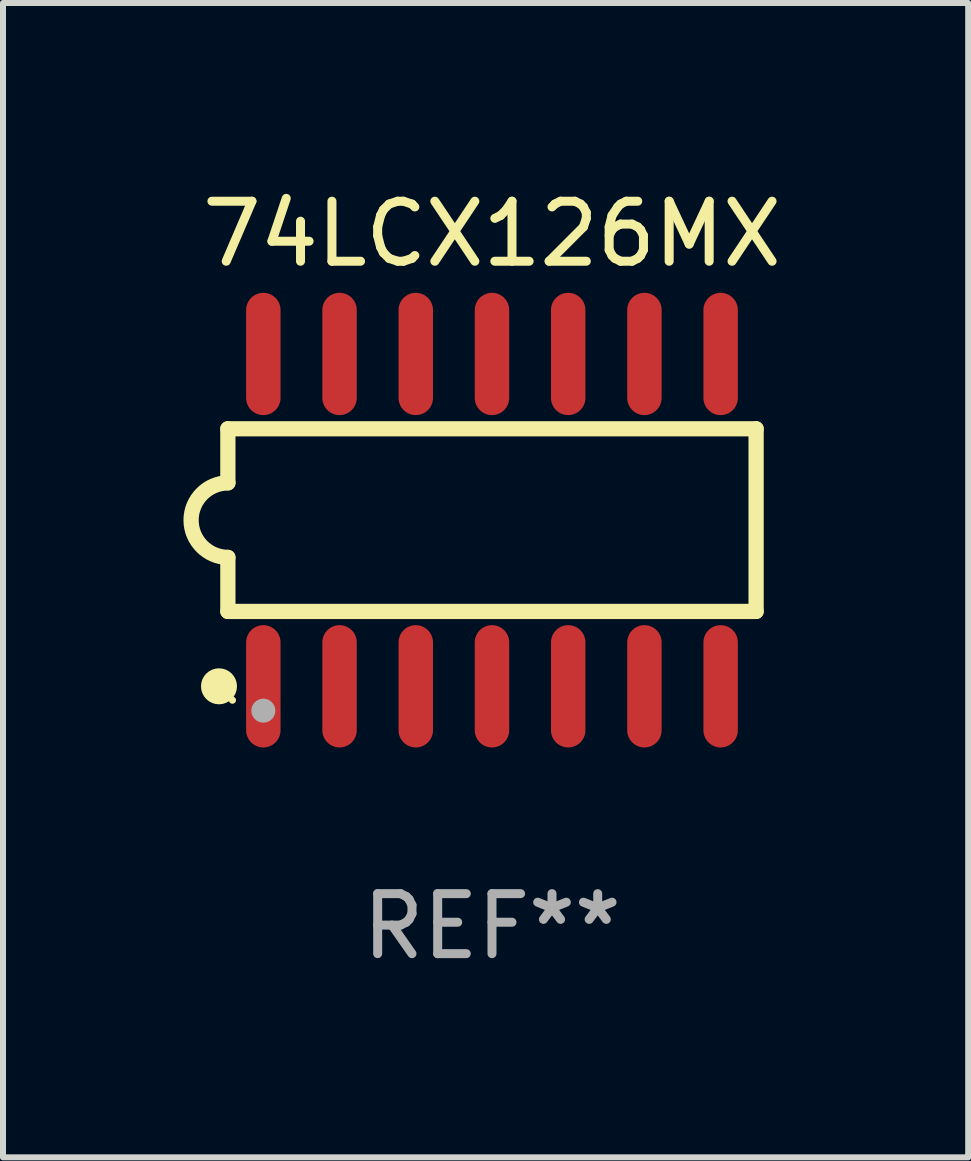
<source format=kicad_pcb>
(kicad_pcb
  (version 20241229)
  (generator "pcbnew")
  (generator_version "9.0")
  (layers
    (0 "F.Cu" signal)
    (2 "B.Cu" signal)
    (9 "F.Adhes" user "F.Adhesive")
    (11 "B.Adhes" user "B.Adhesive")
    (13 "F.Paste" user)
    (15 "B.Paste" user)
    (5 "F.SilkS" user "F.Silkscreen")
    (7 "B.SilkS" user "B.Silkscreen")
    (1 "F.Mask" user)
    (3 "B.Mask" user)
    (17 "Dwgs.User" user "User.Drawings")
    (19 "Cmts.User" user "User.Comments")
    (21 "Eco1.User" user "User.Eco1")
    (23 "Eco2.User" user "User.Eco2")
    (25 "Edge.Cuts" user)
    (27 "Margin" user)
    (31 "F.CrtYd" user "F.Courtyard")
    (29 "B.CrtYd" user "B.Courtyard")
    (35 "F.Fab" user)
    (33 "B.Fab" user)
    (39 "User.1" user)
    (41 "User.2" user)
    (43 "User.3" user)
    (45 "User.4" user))
  (footprint "74LCX126MX"
    (layer "F.Cu")
    (at 5.148 5.617)
    (property "Reference" "74LCX126MX" (at 0 -4.769 0) (layer "F.SilkS") (effects (font (size 1 1) (thickness 0.15))))
    (attr through_hole)
    (fp_line (start -4.401 -1.522) (end -4.401 -0.622) (stroke (width 0.254) (type solid)) (layer "F.SilkS"))
    (fp_line (start -4.401 -1.522) (end 4.401 -1.522) (stroke (width 0.254) (type solid)) (layer "F.SilkS"))
    (fp_line (start -4.401 1.521) (end -4.401 0.621) (stroke (width 0.254) (type solid)) (layer "F.SilkS"))
    (fp_line (start 4.401 -1.522) (end 4.401 1.521) (stroke (width 0.254) (type solid)) (layer "F.SilkS"))
    (fp_line (start 4.401 1.521) (end -4.401 1.521) (stroke (width 0.254) (type solid)) (layer "F.SilkS"))
    (fp_arc (start -4.401219 0.621311) (mid -5.021261 -0.000419) (end -4.400101 -0.621032) (stroke (width 0.254001) (type solid)) (layer "F.SilkS"))
    (fp_circle (center -4.549 2.769) (end -4.399 2.769) (stroke (width 0.3) (type solid)) (fill no) (layer "F.SilkS"))
    (fp_circle (center -4.325 3) (end -4.295 3) (stroke (width 0.06) (type solid)) (fill no) (layer "F.SilkS"))
    (fp_circle (center -3.81 3.175) (end -3.71 3.175) (stroke (width 0.2) (type solid)) (fill no) (layer "F.Fab"))
    (fp_text user "REF**" (at 0 6.769 0) (layer "F.Fab") (effects (font (size 1 1) (thickness 0.15))))
    (pad "1" smd oval (at -3.81 2.769) (size 0.574 2.038) (layers "F.Cu" "F.Mask" "F.Paste"))
    (pad "2" smd oval (at -2.54 2.769) (size 0.574 2.038) (layers "F.Cu" "F.Mask" "F.Paste"))
    (pad "3" smd oval (at -1.27 2.769) (size 0.574 2.038) (layers "F.Cu" "F.Mask" "F.Paste"))
    (pad "4" smd oval (at -0.000051 2.769) (size 0.574 2.038) (layers "F.Cu" "F.Mask" "F.Paste"))
    (pad "5" smd oval (at 1.27 2.769) (size 0.574 2.038) (layers "F.Cu" "F.Mask" "F.Paste"))
    (pad "6" smd oval (at 2.54 2.769) (size 0.574 2.038) (layers "F.Cu" "F.Mask" "F.Paste"))
    (pad "7" smd oval (at 3.81 2.769) (size 0.574 2.038) (layers "F.Cu" "F.Mask" "F.Paste"))
    (pad "8" smd oval (at 3.81 -2.769) (size 0.574 2.038) (layers "F.Cu" "F.Mask" "F.Paste"))
    (pad "9" smd oval (at 2.54 -2.769) (size 0.574 2.038) (layers "F.Cu" "F.Mask" "F.Paste"))
    (pad "10" smd oval (at 1.27 -2.769) (size 0.574 2.038) (layers "F.Cu" "F.Mask" "F.Paste"))
    (pad "11" smd oval (at -0.000051 -2.769) (size 0.574 2.038) (layers "F.Cu" "F.Mask" "F.Paste"))
    (pad "12" smd oval (at -1.27 -2.769) (size 0.574 2.038) (layers "F.Cu" "F.Mask" "F.Paste"))
    (pad "13" smd oval (at -2.54 -2.769) (size 0.574 2.038) (layers "F.Cu" "F.Mask" "F.Paste"))
    (pad "14" smd oval (at -3.81 -2.769) (size 0.574 2.038) (layers "F.Cu" "F.Mask" "F.Paste")))
  (gr_rect
    (start -3 -3)
    (end 13.083 16.235)
    (stroke (width 0.1) (type default))
    (fill no)
    (layer "Edge.Cuts")))
</source>
